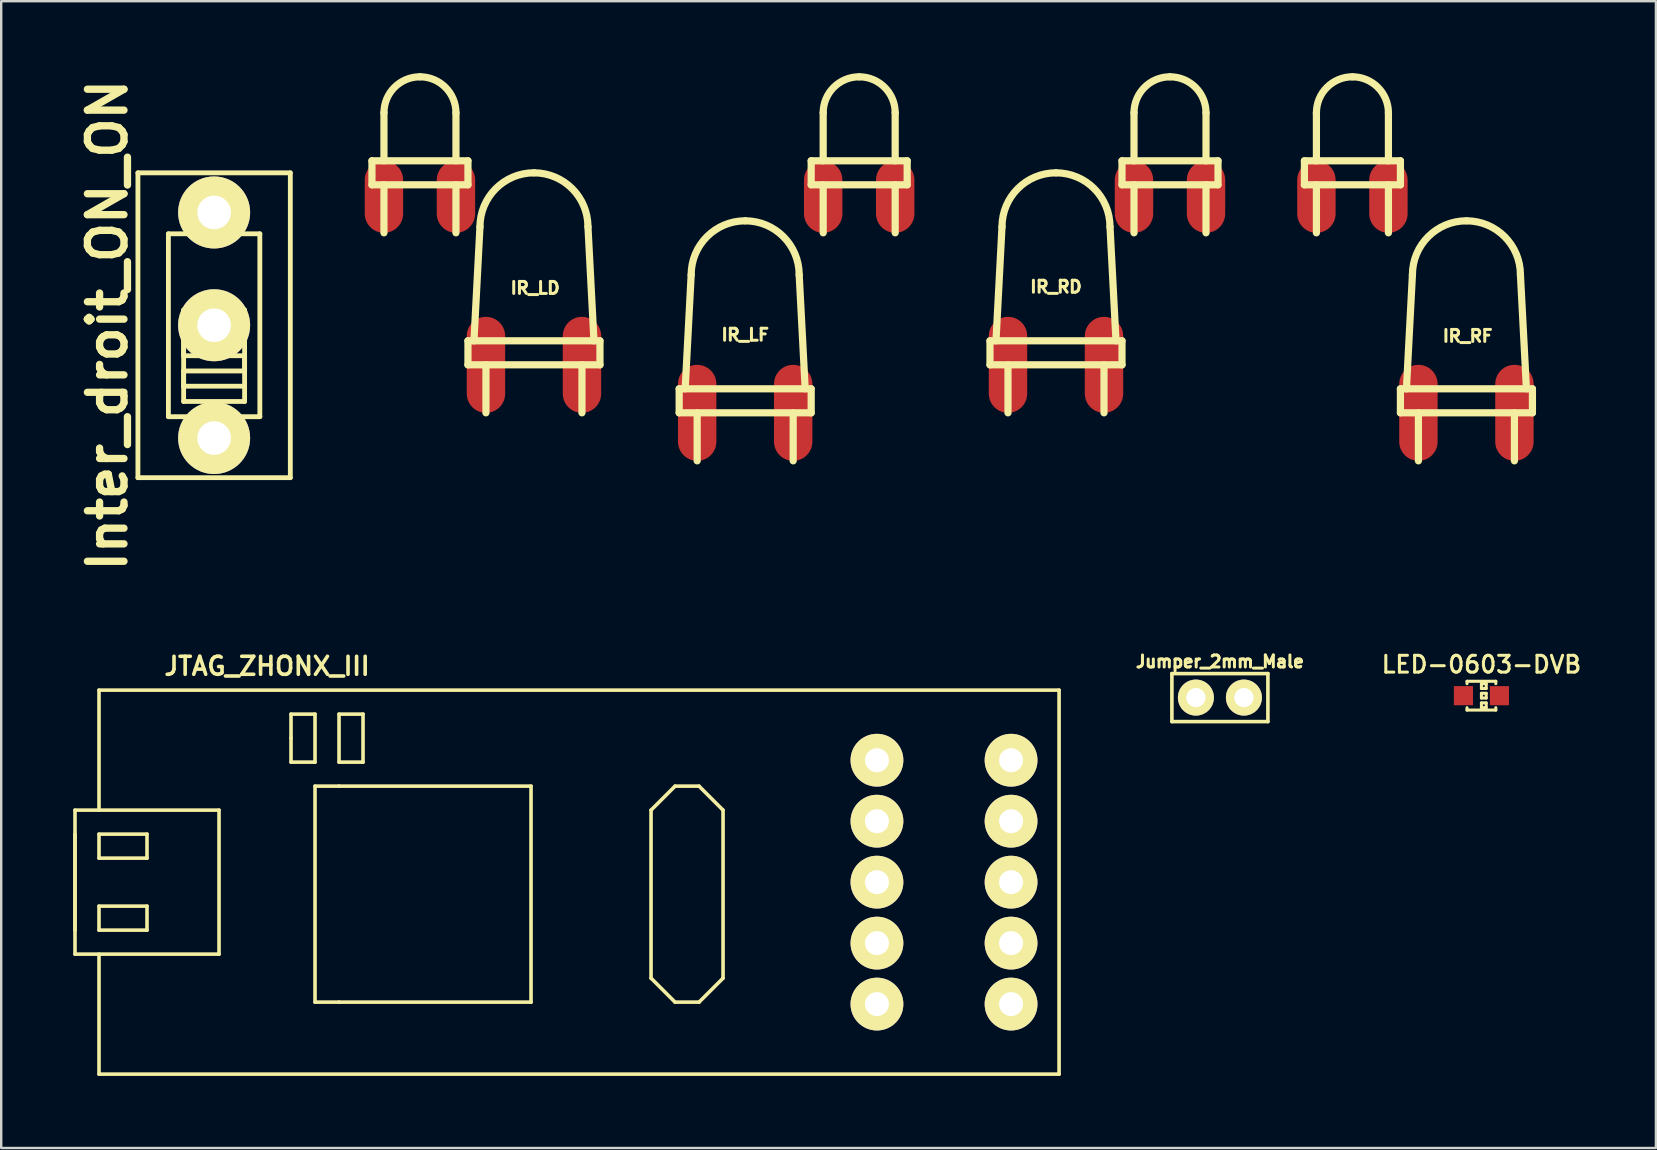
<source format=kicad_pcb>
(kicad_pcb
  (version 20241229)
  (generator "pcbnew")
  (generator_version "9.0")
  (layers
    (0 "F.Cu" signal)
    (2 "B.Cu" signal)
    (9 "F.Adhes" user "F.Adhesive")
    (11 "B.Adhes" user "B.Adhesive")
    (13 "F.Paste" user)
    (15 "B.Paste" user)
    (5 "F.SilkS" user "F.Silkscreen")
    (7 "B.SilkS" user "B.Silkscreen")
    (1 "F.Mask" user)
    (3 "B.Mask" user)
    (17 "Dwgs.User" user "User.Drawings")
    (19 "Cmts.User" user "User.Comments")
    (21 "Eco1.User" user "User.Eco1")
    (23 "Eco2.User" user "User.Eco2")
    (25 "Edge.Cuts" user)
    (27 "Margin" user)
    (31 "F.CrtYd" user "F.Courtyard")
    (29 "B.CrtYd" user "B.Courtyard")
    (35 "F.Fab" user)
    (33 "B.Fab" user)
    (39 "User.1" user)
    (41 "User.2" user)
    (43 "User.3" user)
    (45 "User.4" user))
  (footprint "Inter_droit_ON_ON"
    (layer "F.Cu")
    (at 5.871 10.501)
    (property "Reference" "Inter_droit_ON_ON" (at -4.445 0 90) (layer "F.SilkS") (effects (font (size 1.524 1.524) (thickness 0.305))))
    (attr through_hole)
    (fp_line (start -3.175 -6.35) (end 3.175 -6.35) (stroke (width 0.201) (type solid)) (layer "F.SilkS"))
    (fp_line (start -3.175 6.35) (end -3.175 -6.35) (stroke (width 0.201) (type solid)) (layer "F.SilkS"))
    (fp_line (start -1.905 -3.81) (end 1.905 -3.81) (stroke (width 0.201) (type solid)) (layer "F.SilkS"))
    (fp_line (start -1.905 3.81) (end -1.905 -3.81) (stroke (width 0.201) (type solid)) (layer "F.SilkS"))
    (fp_line (start -1.27 -0.635) (end 1.27 -0.635) (stroke (width 0.201) (type solid)) (layer "F.SilkS"))
    (fp_line (start -1.27 0) (end 1.27 0) (stroke (width 0.201) (type solid)) (layer "F.SilkS"))
    (fp_line (start -1.27 0.635) (end -1.27 1.27) (stroke (width 0.201) (type solid)) (layer "F.SilkS"))
    (fp_line (start -1.27 1.27) (end 1.27 1.27) (stroke (width 0.201) (type solid)) (layer "F.SilkS"))
    (fp_line (start -1.27 1.905) (end -1.27 2.54) (stroke (width 0.201) (type solid)) (layer "F.SilkS"))
    (fp_line (start -1.27 2.54) (end 1.27 2.54) (stroke (width 0.201) (type solid)) (layer "F.SilkS"))
    (fp_line (start -1.27 3.175) (end -1.27 -0.635) (stroke (width 0.201) (type solid)) (layer "F.SilkS"))
    (fp_line (start 1.27 -0.635) (end 1.27 3.175) (stroke (width 0.201) (type solid)) (layer "F.SilkS"))
    (fp_line (start 1.27 0) (end 1.27 0.635) (stroke (width 0.201) (type solid)) (layer "F.SilkS"))
    (fp_line (start 1.27 0.635) (end -1.27 0.635) (stroke (width 0.201) (type solid)) (layer "F.SilkS"))
    (fp_line (start 1.27 1.27) (end 1.27 1.905) (stroke (width 0.201) (type solid)) (layer "F.SilkS"))
    (fp_line (start 1.27 1.905) (end -1.27 1.905) (stroke (width 0.201) (type solid)) (layer "F.SilkS"))
    (fp_line (start 1.27 3.175) (end -1.27 3.175) (stroke (width 0.201) (type solid)) (layer "F.SilkS"))
    (fp_line (start 1.905 -3.81) (end 1.905 3.81) (stroke (width 0.201) (type solid)) (layer "F.SilkS"))
    (fp_line (start 1.905 3.81) (end -1.905 3.81) (stroke (width 0.201) (type solid)) (layer "F.SilkS"))
    (fp_line (start 3.175 -6.35) (end 3.175 6.35) (stroke (width 0.201) (type solid)) (layer "F.SilkS"))
    (fp_line (start 3.175 6.35) (end -3.175 6.35) (stroke (width 0.201) (type solid)) (layer "F.SilkS"))
    (pad "1" thru_hole oval (at 0 -4.699) (size 3 3) (drill oval 1.4) (layers "*.Cu" "*.Mask" "F.SilkS"))
    (pad "2" thru_hole oval (at 0 0) (size 3 3) (drill oval 1.4) (layers "*.Cu" "*.Mask" "F.SilkS"))
    (pad "3" thru_hole oval (at 0 4.699) (size 3 3) (drill oval 1.4) (layers "*.Cu" "*.Mask" "F.SilkS")))
  (footprint "IR_RD"
    (layer "F.Cu")
    (at 45.697 4.65)
    (property "Reference" "IR_RD" (at -4.75 4.25 0) (layer "F.SilkS") (effects (font (size 0.5 0.5) (thickness 0.125))))
    (attr through_hole)
    (fp_line (start -7.5 6.5) (end -7.5 7.5) (stroke (width 0.3) (type solid)) (layer "F.SilkS"))
    (fp_line (start -7.5 7.5) (end -2 7.5) (stroke (width 0.3) (type solid)) (layer "F.SilkS"))
    (fp_line (start -7.25 6.5) (end -7 1.75) (stroke (width 0.3) (type solid)) (layer "F.SilkS"))
    (fp_line (start -6.75 9.5) (end -6.75 7.5) (stroke (width 0.3) (type solid)) (layer "F.SilkS"))
    (fp_line (start -2.75 7.5) (end -2.75 9.5) (stroke (width 0.3) (type solid)) (layer "F.SilkS"))
    (fp_line (start -2.5 1.75) (end -2.25 6.5) (stroke (width 0.3) (type solid)) (layer "F.SilkS"))
    (fp_line (start -2 -1) (end -2 0) (stroke (width 0.3) (type solid)) (layer "F.SilkS"))
    (fp_line (start -2 0) (end 2 0) (stroke (width 0.3) (type solid)) (layer "F.SilkS"))
    (fp_line (start -2 6.5) (end -7.5 6.5) (stroke (width 0.3) (type solid)) (layer "F.SilkS"))
    (fp_line (start -2 7.5) (end -2 6.5) (stroke (width 0.3) (type solid)) (layer "F.SilkS"))
    (fp_line (start -1.5 -1) (end -1.5 -3) (stroke (width 0.3) (type solid)) (layer "F.SilkS"))
    (fp_line (start -1.5 0) (end -1.5 2) (stroke (width 0.3) (type solid)) (layer "F.SilkS"))
    (fp_line (start 1.5 -3) (end 1.5 -1) (stroke (width 0.3) (type solid)) (layer "F.SilkS"))
    (fp_line (start 1.5 0) (end 1.5 2) (stroke (width 0.3) (type solid)) (layer "F.SilkS"))
    (fp_line (start 2 -1) (end -2 -1) (stroke (width 0.3) (type solid)) (layer "F.SilkS"))
    (fp_line (start 2 0) (end 2 -1) (stroke (width 0.3) (type solid)) (layer "F.SilkS"))
    (fp_arc (start -7 1.75) (mid -6.34099 0.15901) (end -4.75 -0.5) (stroke (width 0.3) (type solid)) (layer "F.SilkS"))
    (fp_arc (start -4.75 -0.5) (mid -3.15901 0.15901) (end -2.5 1.75) (stroke (width 0.3) (type solid)) (layer "F.SilkS"))
    (fp_arc (start -1.5 -3) (mid -1.06066 -4.06066) (end 0 -4.5) (stroke (width 0.3) (type solid)) (layer "F.SilkS"))
    (fp_arc (start 0 -4.5) (mid 1.06066 -4.06066) (end 1.5 -3) (stroke (width 0.3) (type solid)) (layer "F.SilkS"))
    (pad "1" smd oval (at -6.75 7.5) (size 1.6 4) (layers "F.Cu" "F.Mask" "F.Paste"))
    (pad "2" smd oval (at -2.75 7.5) (size 1.6 4) (layers "F.Cu" "F.Mask" "F.Paste"))
    (pad "3" smd oval (at -1.5 0.5) (size 1.6 3) (layers "F.Cu" "F.Mask" "F.Paste"))
    (pad "4" smd oval (at 1.5 0.5) (size 1.6 3) (layers "F.Cu" "F.Mask" "F.Paste")))
  (footprint "IR_LF"
    (layer "F.Cu")
    (at 32.747 6.65)
    (property "Reference" "IR_LF" (at -4.75 4.25 0) (layer "F.SilkS") (effects (font (size 0.5 0.5) (thickness 0.125))))
    (attr through_hole)
    (fp_line (start -7.5 6.5) (end -7.5 7.5) (stroke (width 0.3) (type solid)) (layer "F.SilkS"))
    (fp_line (start -7.5 7.5) (end -2 7.5) (stroke (width 0.3) (type solid)) (layer "F.SilkS"))
    (fp_line (start -7.25 6.5) (end -7 1.75) (stroke (width 0.3) (type solid)) (layer "F.SilkS"))
    (fp_line (start -6.75 9.5) (end -6.75 7.5) (stroke (width 0.3) (type solid)) (layer "F.SilkS"))
    (fp_line (start -2.75 7.5) (end -2.75 9.5) (stroke (width 0.3) (type solid)) (layer "F.SilkS"))
    (fp_line (start -2.5 1.75) (end -2.25 6.5) (stroke (width 0.3) (type solid)) (layer "F.SilkS"))
    (fp_line (start -2 -3) (end -2 -2) (stroke (width 0.3) (type solid)) (layer "F.SilkS"))
    (fp_line (start -2 -2) (end 2 -2) (stroke (width 0.3) (type solid)) (layer "F.SilkS"))
    (fp_line (start -2 6.5) (end -7.5 6.5) (stroke (width 0.3) (type solid)) (layer "F.SilkS"))
    (fp_line (start -2 7.5) (end -2 6.5) (stroke (width 0.3) (type solid)) (layer "F.SilkS"))
    (fp_line (start -1.5 -3) (end -1.5 -5) (stroke (width 0.3) (type solid)) (layer "F.SilkS"))
    (fp_line (start -1.5 -2) (end -1.5 0) (stroke (width 0.3) (type solid)) (layer "F.SilkS"))
    (fp_line (start 1.5 -5) (end 1.5 -3) (stroke (width 0.3) (type solid)) (layer "F.SilkS"))
    (fp_line (start 1.5 -2) (end 1.5 0) (stroke (width 0.3) (type solid)) (layer "F.SilkS"))
    (fp_line (start 2 -3) (end -2 -3) (stroke (width 0.3) (type solid)) (layer "F.SilkS"))
    (fp_line (start 2 -2) (end 2 -3) (stroke (width 0.3) (type solid)) (layer "F.SilkS"))
    (fp_arc (start -7 1.75) (mid -6.34099 0.15901) (end -4.75 -0.5) (stroke (width 0.3) (type solid)) (layer "F.SilkS"))
    (fp_arc (start -4.75 -0.5) (mid -3.15901 0.15901) (end -2.5 1.75) (stroke (width 0.3) (type solid)) (layer "F.SilkS"))
    (fp_arc (start -1.5 -5) (mid -1.06066 -6.06066) (end 0 -6.5) (stroke (width 0.3) (type solid)) (layer "F.SilkS"))
    (fp_arc (start 0 -6.5) (mid 1.06066 -6.06066) (end 1.5 -5) (stroke (width 0.3) (type solid)) (layer "F.SilkS"))
    (pad "1" smd oval (at -6.75 7.5) (size 1.6 4) (layers "F.Cu" "F.Mask" "F.Paste"))
    (pad "2" smd oval (at -2.75 7.5) (size 1.6 4) (layers "F.Cu" "F.Mask" "F.Paste"))
    (pad "3" smd oval (at -1.5 -1.5) (size 1.6 3) (layers "F.Cu" "F.Mask" "F.Paste"))
    (pad "4" smd oval (at 1.5 -1.5) (size 1.6 3) (layers "F.Cu" "F.Mask" "F.Paste")))
  (footprint "IR_LD"
    (layer "F.Cu")
    (at 14.447 4.65)
    (property "Reference" "IR_LD" (at 4.8 4.3 0) (layer "F.SilkS") (effects (font (size 0.5 0.5) (thickness 0.125))))
    (attr through_hole)
    (fp_line (start -2 -1) (end -2 0) (stroke (width 0.3) (type solid)) (layer "F.SilkS"))
    (fp_line (start -2 0) (end 2 0) (stroke (width 0.3) (type solid)) (layer "F.SilkS"))
    (fp_line (start -1.5 -1) (end -1.5 -3) (stroke (width 0.3) (type solid)) (layer "F.SilkS"))
    (fp_line (start -1.5 0) (end -1.5 2) (stroke (width 0.3) (type solid)) (layer "F.SilkS"))
    (fp_line (start 1.5 -3) (end 1.5 -1) (stroke (width 0.3) (type solid)) (layer "F.SilkS"))
    (fp_line (start 1.5 0) (end 1.5 2) (stroke (width 0.3) (type solid)) (layer "F.SilkS"))
    (fp_line (start 2 -1) (end -2 -1) (stroke (width 0.3) (type solid)) (layer "F.SilkS"))
    (fp_line (start 2 0) (end 2 -1) (stroke (width 0.3) (type solid)) (layer "F.SilkS"))
    (fp_line (start 2 6.5) (end 2 7.5) (stroke (width 0.3) (type solid)) (layer "F.SilkS"))
    (fp_line (start 2 7.5) (end 7.5 7.5) (stroke (width 0.3) (type solid)) (layer "F.SilkS"))
    (fp_line (start 2.25 6.5) (end 2.5 1.75) (stroke (width 0.3) (type solid)) (layer "F.SilkS"))
    (fp_line (start 2.75 9.5) (end 2.75 7.5) (stroke (width 0.3) (type solid)) (layer "F.SilkS"))
    (fp_line (start 6.75 7.5) (end 6.75 9.5) (stroke (width 0.3) (type solid)) (layer "F.SilkS"))
    (fp_line (start 7 1.75) (end 7.25 6.5) (stroke (width 0.3) (type solid)) (layer "F.SilkS"))
    (fp_line (start 7.5 6.5) (end 2 6.5) (stroke (width 0.3) (type solid)) (layer "F.SilkS"))
    (fp_line (start 7.5 7.5) (end 7.5 6.5) (stroke (width 0.3) (type solid)) (layer "F.SilkS"))
    (fp_arc (start -1.5 -3) (mid -1.06066 -4.06066) (end 0 -4.5) (stroke (width 0.3) (type solid)) (layer "F.SilkS"))
    (fp_arc (start 0 -4.5) (mid 1.06066 -4.06066) (end 1.5 -3) (stroke (width 0.3) (type solid)) (layer "F.SilkS"))
    (fp_arc (start 2.5 1.75) (mid 3.15901 0.15901) (end 4.75 -0.5) (stroke (width 0.3) (type solid)) (layer "F.SilkS"))
    (fp_arc (start 4.75 -0.5) (mid 6.34099 0.15901) (end 7 1.75) (stroke (width 0.3) (type solid)) (layer "F.SilkS"))
    (pad "1" smd oval (at 2.75 7.5) (size 1.6 4) (layers "F.Cu" "F.Mask" "F.Paste"))
    (pad "2" smd oval (at 6.75 7.5) (size 1.6 4) (layers "F.Cu" "F.Mask" "F.Paste"))
    (pad "3" smd oval (at -1.5 0.5) (size 1.6 3) (layers "F.Cu" "F.Mask" "F.Paste"))
    (pad "4" smd oval (at 1.5 0.5) (size 1.6 3) (layers "F.Cu" "F.Mask" "F.Paste")))
  (footprint "JTAG_ZHONX_III"
    (layer "F.Cu")
    (at 39.075 33.704)
    (property "Reference" "JTAG_ZHONX_III" (at -31 -9 0) (layer "F.SilkS") (effects (font (size 0.75 0.75) (thickness 0.15))))
    (attr through_hole)
    (fp_line (start -39 -3) (end -33 -3) (stroke (width 0.15) (type solid)) (layer "F.SilkS"))
    (fp_line (start -39 -2) (end -39 2) (stroke (width 0.15) (type solid)) (layer "F.SilkS"))
    (fp_line (start -39 3) (end -39 -3) (stroke (width 0.15) (type solid)) (layer "F.SilkS"))
    (fp_line (start -38 -8) (end -38 -3) (stroke (width 0.15) (type solid)) (layer "F.SilkS"))
    (fp_line (start -38 -2) (end -36 -2) (stroke (width 0.15) (type solid)) (layer "F.SilkS"))
    (fp_line (start -38 -1) (end -38 -2) (stroke (width 0.15) (type solid)) (layer "F.SilkS"))
    (fp_line (start -38 1) (end -36 1) (stroke (width 0.15) (type solid)) (layer "F.SilkS"))
    (fp_line (start -38 2) (end -38 1) (stroke (width 0.15) (type solid)) (layer "F.SilkS"))
    (fp_line (start -38 3) (end -38 8) (stroke (width 0.15) (type solid)) (layer "F.SilkS"))
    (fp_line (start -38 8) (end 2 8) (stroke (width 0.15) (type solid)) (layer "F.SilkS"))
    (fp_line (start -36 -2) (end -36 -1) (stroke (width 0.15) (type solid)) (layer "F.SilkS"))
    (fp_line (start -36 -1) (end -38 -1) (stroke (width 0.15) (type solid)) (layer "F.SilkS"))
    (fp_line (start -36 1) (end -36 2) (stroke (width 0.15) (type solid)) (layer "F.SilkS"))
    (fp_line (start -36 2) (end -38 2) (stroke (width 0.15) (type solid)) (layer "F.SilkS"))
    (fp_line (start -33 -3) (end -33 3) (stroke (width 0.15) (type solid)) (layer "F.SilkS"))
    (fp_line (start -33 3) (end -39 3) (stroke (width 0.15) (type solid)) (layer "F.SilkS"))
    (fp_line (start -30 -7) (end -29 -7) (stroke (width 0.15) (type solid)) (layer "F.SilkS"))
    (fp_line (start -30 -6) (end -30 -7) (stroke (width 0.15) (type solid)) (layer "F.SilkS"))
    (fp_line (start -30 -5) (end -30 -6) (stroke (width 0.15) (type solid)) (layer "F.SilkS"))
    (fp_line (start -29 -7) (end -29 -5) (stroke (width 0.15) (type solid)) (layer "F.SilkS"))
    (fp_line (start -29 -5) (end -30 -5) (stroke (width 0.15) (type solid)) (layer "F.SilkS"))
    (fp_line (start -29 -4) (end -29 5) (stroke (width 0.15) (type solid)) (layer "F.SilkS"))
    (fp_line (start -29 5) (end -28 5) (stroke (width 0.15) (type solid)) (layer "F.SilkS"))
    (fp_line (start -28 -7) (end -27 -7) (stroke (width 0.15) (type solid)) (layer "F.SilkS"))
    (fp_line (start -28 -5) (end -28 -7) (stroke (width 0.15) (type solid)) (layer "F.SilkS"))
    (fp_line (start -28 -4) (end -29 -4) (stroke (width 0.15) (type solid)) (layer "F.SilkS"))
    (fp_line (start -28 -4) (end -20 -4) (stroke (width 0.15) (type solid)) (layer "F.SilkS"))
    (fp_line (start -27 -7) (end -27 -5) (stroke (width 0.15) (type solid)) (layer "F.SilkS"))
    (fp_line (start -27 -5) (end -28 -5) (stroke (width 0.15) (type solid)) (layer "F.SilkS"))
    (fp_line (start -20 -4) (end -20 5) (stroke (width 0.15) (type solid)) (layer "F.SilkS"))
    (fp_line (start -20 5) (end -28 5) (stroke (width 0.15) (type solid)) (layer "F.SilkS"))
    (fp_line (start -15 -3) (end -14 -4) (stroke (width 0.15) (type solid)) (layer "F.SilkS"))
    (fp_line (start -15 4) (end -15 -3) (stroke (width 0.15) (type solid)) (layer "F.SilkS"))
    (fp_line (start -14 -4) (end -13 -4) (stroke (width 0.15) (type solid)) (layer "F.SilkS"))
    (fp_line (start -14 5) (end -15 4) (stroke (width 0.15) (type solid)) (layer "F.SilkS"))
    (fp_line (start -13 -4) (end -12 -3) (stroke (width 0.15) (type solid)) (layer "F.SilkS"))
    (fp_line (start -13 5) (end -14 5) (stroke (width 0.15) (type solid)) (layer "F.SilkS"))
    (fp_line (start -12 -3) (end -12 4) (stroke (width 0.15) (type solid)) (layer "F.SilkS"))
    (fp_line (start -12 4) (end -13 5) (stroke (width 0.15) (type solid)) (layer "F.SilkS"))
    (fp_line (start 2 -8) (end -38 -8) (stroke (width 0.15) (type solid)) (layer "F.SilkS"))
    (fp_line (start 2 8) (end 2 -8) (stroke (width 0.15) (type solid)) (layer "F.SilkS"))
    (pad "1" thru_hole oval (at -5.588 -5.08) (size 2.2 2.2) (drill 1) (layers "*.Cu" "*.Mask" "F.SilkS"))
    (pad "2" thru_hole oval (at -5.588 -2.54) (size 2.2 2.2) (drill 1) (layers "*.Cu" "*.Mask" "F.SilkS"))
    (pad "3" thru_hole oval (at -5.588 0) (size 2.2 2.2) (drill 1) (layers "*.Cu" "*.Mask" "F.SilkS"))
    (pad "4" thru_hole oval (at -5.588 2.54) (size 2.2 2.2) (drill 1) (layers "*.Cu" "*.Mask" "F.SilkS"))
    (pad "5" thru_hole oval (at -5.588 5.08) (size 2.2 2.2) (drill 1) (layers "*.Cu" "*.Mask" "F.SilkS"))
    (pad "6" thru_hole oval (at 0 5.08) (size 2.2 2.2) (drill 1) (layers "*.Cu" "*.Mask" "F.SilkS"))
    (pad "7" thru_hole oval (at 0 2.54) (size 2.2 2.2) (drill 1) (layers "*.Cu" "*.Mask" "F.SilkS"))
    (pad "8" thru_hole oval (at 0 0) (size 2.2 2.2) (drill 1) (layers "*.Cu" "*.Mask" "F.SilkS"))
    (pad "9" thru_hole oval (at 0 -2.54) (size 2.2 2.2) (drill 1) (layers "*.Cu" "*.Mask" "F.SilkS"))
    (pad "10" thru_hole oval (at 0 -5.08) (size 2.2 2.2) (drill 1) (layers "*.Cu" "*.Mask" "F.SilkS")))
  (footprint "Jumper_2mm_Male"
    (layer "F.Cu")
    (at 47.776 26.014)
    (property "Reference" "Jumper_2mm_Male" (at 0 -1.5 0) (layer "F.SilkS") (effects (font (size 0.5 0.5) (thickness 0.125))))
    (attr through_hole)
    (fp_line (start -2 -1) (end 2 -1) (stroke (width 0.15) (type solid)) (layer "F.SilkS"))
    (fp_line (start -2 1) (end -2 -1) (stroke (width 0.15) (type solid)) (layer "F.SilkS"))
    (fp_line (start 2 -1) (end 2 1) (stroke (width 0.15) (type solid)) (layer "F.SilkS"))
    (fp_line (start 2 1) (end -2 1) (stroke (width 0.15) (type solid)) (layer "F.SilkS"))
    (pad "1" thru_hole circle (at -1 0) (size 1.5 1.5) (drill 0.8) (layers "*.Cu" "*.Mask" "F.SilkS"))
    (pad "2" thru_hole circle (at 1 0) (size 1.5 1.5) (drill 0.8) (layers "*.Cu" "*.Mask" "F.SilkS")))
  (footprint "LED-0603-DVB"
    (layer "F.Cu")
    (at 58.672 25.935)
    (property "Reference" "LED-0603-DVB" (at 0 -1.3 0) (layer "F.SilkS") (effects (font (size 0.7 0.7) (thickness 0.127))))
    (attr smd)
    (fp_line (start -0.6 -0.6) (end 0.6 -0.6) (stroke (width 0.127) (type solid)) (layer "F.SilkS"))
    (fp_line (start -0.6 -0.5) (end -0.6 -0.6) (stroke (width 0.127) (type solid)) (layer "F.SilkS"))
    (fp_line (start -0.6 0.5) (end -0.6 0.6) (stroke (width 0.127) (type solid)) (layer "F.SilkS"))
    (fp_line (start -0.6 0.6) (end 0.6 0.6) (stroke (width 0.127) (type solid)) (layer "F.SilkS"))
    (fp_line (start 0 -0.5) (end 0.2 -0.5) (stroke (width 0.127) (type solid)) (layer "F.SilkS"))
    (fp_line (start 0 -0.3) (end 0 -0.5) (stroke (width 0.127) (type solid)) (layer "F.SilkS"))
    (fp_line (start 0 -0.1) (end 0.2 -0.1) (stroke (width 0.127) (type solid)) (layer "F.SilkS"))
    (fp_line (start 0 0.1) (end 0 -0.1) (stroke (width 0.127) (type solid)) (layer "F.SilkS"))
    (fp_line (start 0 0.3) (end 0.2 0.3) (stroke (width 0.127) (type solid)) (layer "F.SilkS"))
    (fp_line (start 0 0.5) (end 0 0.3) (stroke (width 0.127) (type solid)) (layer "F.SilkS"))
    (fp_line (start 0.2 -0.5) (end 0.2 -0.3) (stroke (width 0.127) (type solid)) (layer "F.SilkS"))
    (fp_line (start 0.2 -0.3) (end 0 -0.3) (stroke (width 0.127) (type solid)) (layer "F.SilkS"))
    (fp_line (start 0.2 -0.1) (end 0.2 0.1) (stroke (width 0.127) (type solid)) (layer "F.SilkS"))
    (fp_line (start 0.2 0.1) (end 0 0.1) (stroke (width 0.127) (type solid)) (layer "F.SilkS"))
    (fp_line (start 0.2 0.3) (end 0.2 0.5) (stroke (width 0.127) (type solid)) (layer "F.SilkS"))
    (fp_line (start 0.2 0.5) (end 0 0.5) (stroke (width 0.127) (type solid)) (layer "F.SilkS"))
    (fp_line (start 0.6 -0.6) (end 0.6 -0.5) (stroke (width 0.127) (type solid)) (layer "F.SilkS"))
    (fp_line (start 0.6 0.6) (end 0.6 0.5) (stroke (width 0.127) (type solid)) (layer "F.SilkS"))
    (pad "1" smd rect (at -0.749 0) (size 0.798 0.798) (layers "F.Cu" "F.Mask" "F.Paste"))
    (pad "2" smd rect (at 0.749 0) (size 0.798 0.798) (layers "F.Cu" "F.Mask" "F.Paste")))
  (footprint "IR_RF"
    (layer "F.Cu")
    (at 53.297 6.65)
    (property "Reference" "IR_RF" (at 4.8 4.3 0) (layer "F.SilkS") (effects (font (size 0.5 0.5) (thickness 0.125))))
    (attr through_hole)
    (fp_line (start -2 -3) (end -2 -2) (stroke (width 0.3) (type solid)) (layer "F.SilkS"))
    (fp_line (start -2 -2) (end 2 -2) (stroke (width 0.3) (type solid)) (layer "F.SilkS"))
    (fp_line (start -1.5 -3) (end -1.5 -5) (stroke (width 0.3) (type solid)) (layer "F.SilkS"))
    (fp_line (start -1.5 -2) (end -1.5 0) (stroke (width 0.3) (type solid)) (layer "F.SilkS"))
    (fp_line (start 1.5 -5) (end 1.5 -3) (stroke (width 0.3) (type solid)) (layer "F.SilkS"))
    (fp_line (start 1.5 -2) (end 1.5 0) (stroke (width 0.3) (type solid)) (layer "F.SilkS"))
    (fp_line (start 2 -3) (end -2 -3) (stroke (width 0.3) (type solid)) (layer "F.SilkS"))
    (fp_line (start 2 -2) (end 2 -3) (stroke (width 0.3) (type solid)) (layer "F.SilkS"))
    (fp_line (start 2 6.5) (end 2 7.5) (stroke (width 0.3) (type solid)) (layer "F.SilkS"))
    (fp_line (start 2 7.5) (end 7.5 7.5) (stroke (width 0.3) (type solid)) (layer "F.SilkS"))
    (fp_line (start 2.25 6.5) (end 2.5 1.75) (stroke (width 0.3) (type solid)) (layer "F.SilkS"))
    (fp_line (start 2.75 9.5) (end 2.75 7.5) (stroke (width 0.3) (type solid)) (layer "F.SilkS"))
    (fp_line (start 6.75 7.5) (end 6.75 9.5) (stroke (width 0.3) (type solid)) (layer "F.SilkS"))
    (fp_line (start 7 1.75) (end 7.25 6.5) (stroke (width 0.3) (type solid)) (layer "F.SilkS"))
    (fp_line (start 7.5 6.5) (end 2 6.5) (stroke (width 0.3) (type solid)) (layer "F.SilkS"))
    (fp_line (start 7.5 7.5) (end 7.5 6.5) (stroke (width 0.3) (type solid)) (layer "F.SilkS"))
    (fp_arc (start -1.5 -5) (mid -1.06066 -6.06066) (end 0 -6.5) (stroke (width 0.3) (type solid)) (layer "F.SilkS"))
    (fp_arc (start 0 -6.5) (mid 1.06066 -6.06066) (end 1.5 -5) (stroke (width 0.3) (type solid)) (layer "F.SilkS"))
    (fp_arc (start 2.5 1.75) (mid 3.15901 0.15901) (end 4.75 -0.5) (stroke (width 0.3) (type solid)) (layer "F.SilkS"))
    (fp_arc (start 4.75 -0.5) (mid 6.34099 0.15901) (end 7 1.75) (stroke (width 0.3) (type solid)) (layer "F.SilkS"))
    (pad "1" smd oval (at 2.75 7.5) (size 1.6 4) (layers "F.Cu" "F.Mask" "F.Paste"))
    (pad "2" smd oval (at 6.75 7.5) (size 1.6 4) (layers "F.Cu" "F.Mask" "F.Paste"))
    (pad "3" smd oval (at -1.5 -1.5) (size 1.6 3) (layers "F.Cu" "F.Mask" "F.Paste"))
    (pad "4" smd oval (at 1.5 -1.5) (size 1.6 3) (layers "F.Cu" "F.Mask" "F.Paste")))
  (gr_rect
    (start -3 -3)
    (end 65.942 44.779)
    (stroke (width 0.1) (type default))
    (fill no)
    (layer "Edge.Cuts")))
</source>
